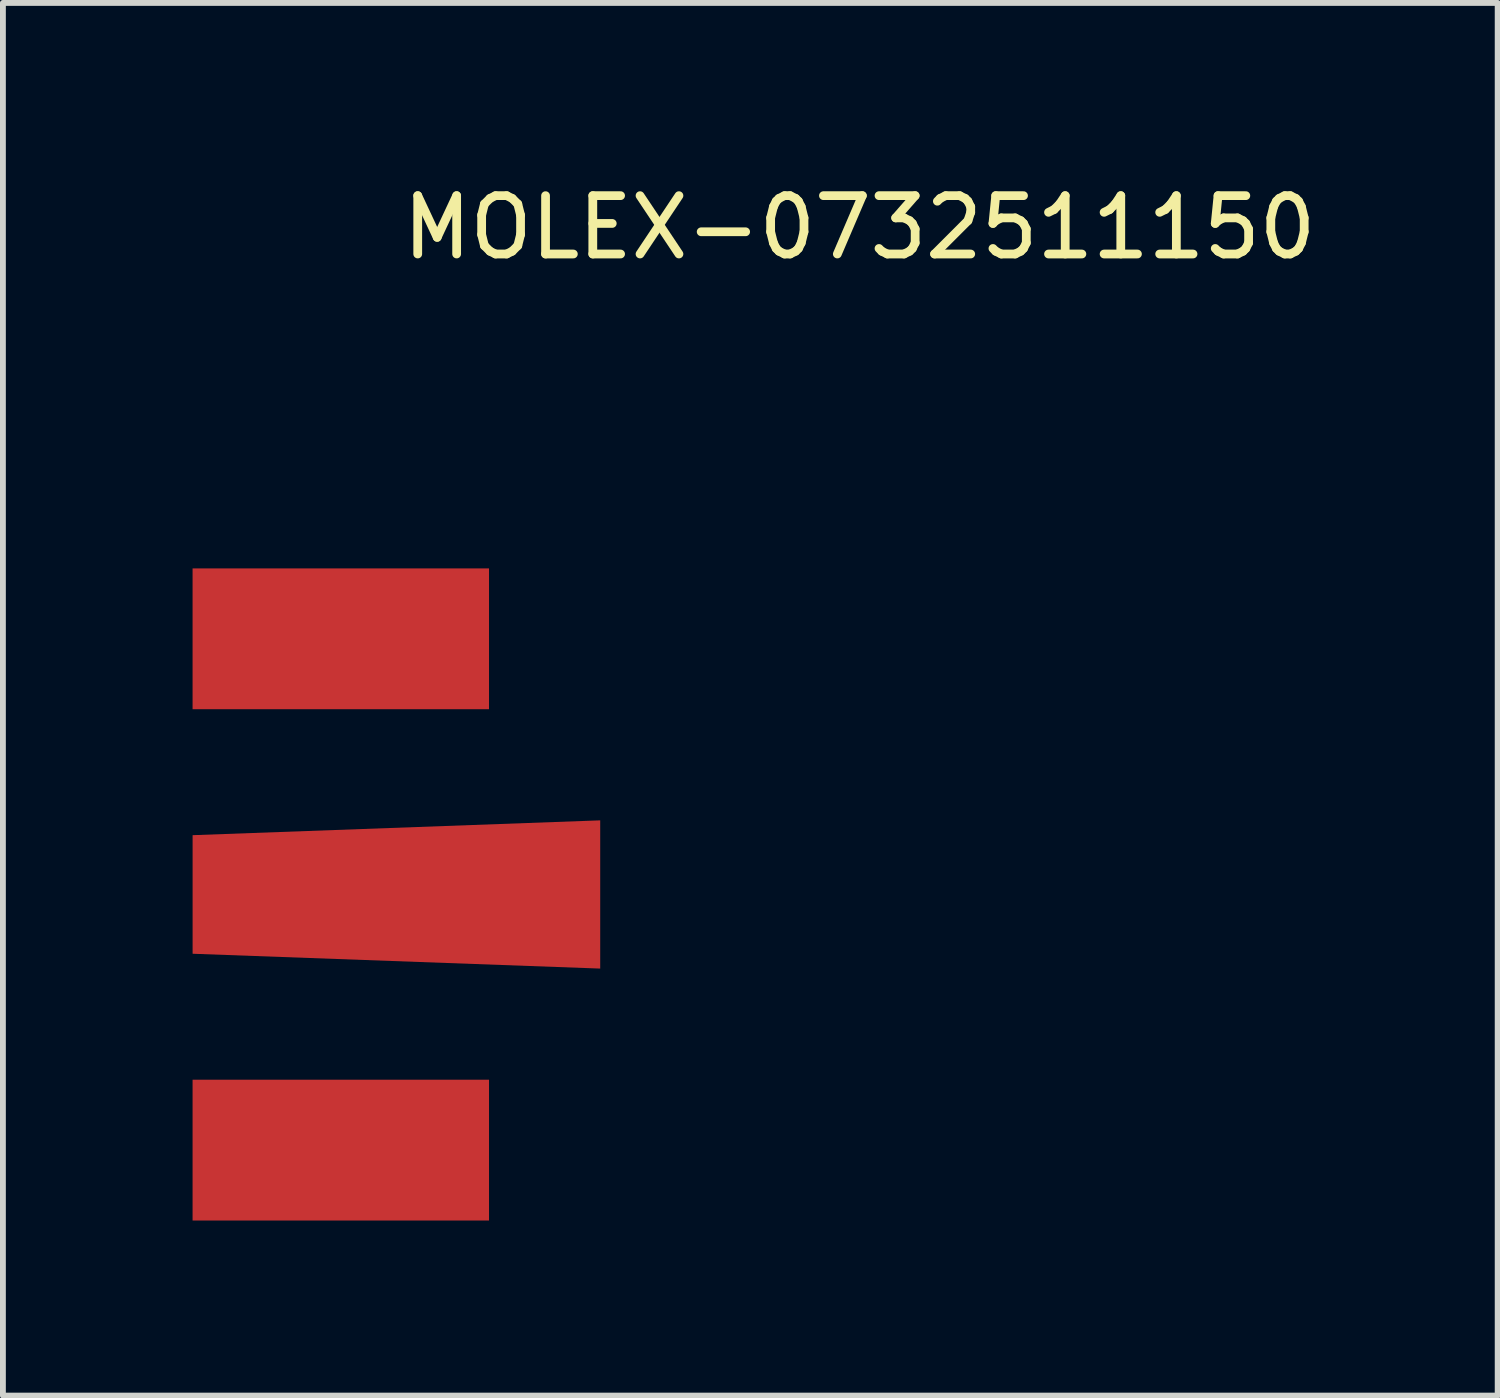
<source format=kicad_pcb>
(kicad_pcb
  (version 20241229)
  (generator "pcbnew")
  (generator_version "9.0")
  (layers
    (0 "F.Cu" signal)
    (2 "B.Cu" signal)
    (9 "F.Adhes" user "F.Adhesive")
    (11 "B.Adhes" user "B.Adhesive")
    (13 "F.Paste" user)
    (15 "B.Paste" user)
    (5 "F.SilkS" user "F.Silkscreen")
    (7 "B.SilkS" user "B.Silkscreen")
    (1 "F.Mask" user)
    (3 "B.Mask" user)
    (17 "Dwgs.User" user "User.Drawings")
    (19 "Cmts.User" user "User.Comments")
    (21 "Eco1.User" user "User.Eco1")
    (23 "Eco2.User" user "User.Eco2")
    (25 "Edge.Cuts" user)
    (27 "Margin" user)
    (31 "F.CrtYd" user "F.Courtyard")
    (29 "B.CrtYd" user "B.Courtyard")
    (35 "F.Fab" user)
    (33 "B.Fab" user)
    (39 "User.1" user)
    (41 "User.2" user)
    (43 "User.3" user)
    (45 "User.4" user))
  (footprint "MOLEX-0732511150"
    (layer "F.Cu")
    (at 0.25 12.278)
    (property "Reference" "MOLEX-0732511150" (at 11.43 -11.43 0) (layer "F.SilkS") (effects (font (size 1 1) (thickness 0.15))))
    (attr through_hole)
    (pad "1" smd trapezoid (at 3.493 0) (size 6.985 2.286) (rect_delta -0.254 0) (layers "F.Cu" "F.Mask" "F.Paste"))
    (pad "2" smd rect (at 2.54 -4.381) (size 5.08 2.413) (layers "F.Cu" "F.Mask" "F.Paste"))
    (pad "3" smd rect (at 2.54 4.381) (size 5.08 2.413) (layers "F.Cu" "F.Mask" "F.Paste")))
  (gr_rect
    (start -3 -3)
    (end 22.615 20.866)
    (stroke (width 0.1) (type default))
    (fill no)
    (layer "Edge.Cuts")))
</source>
